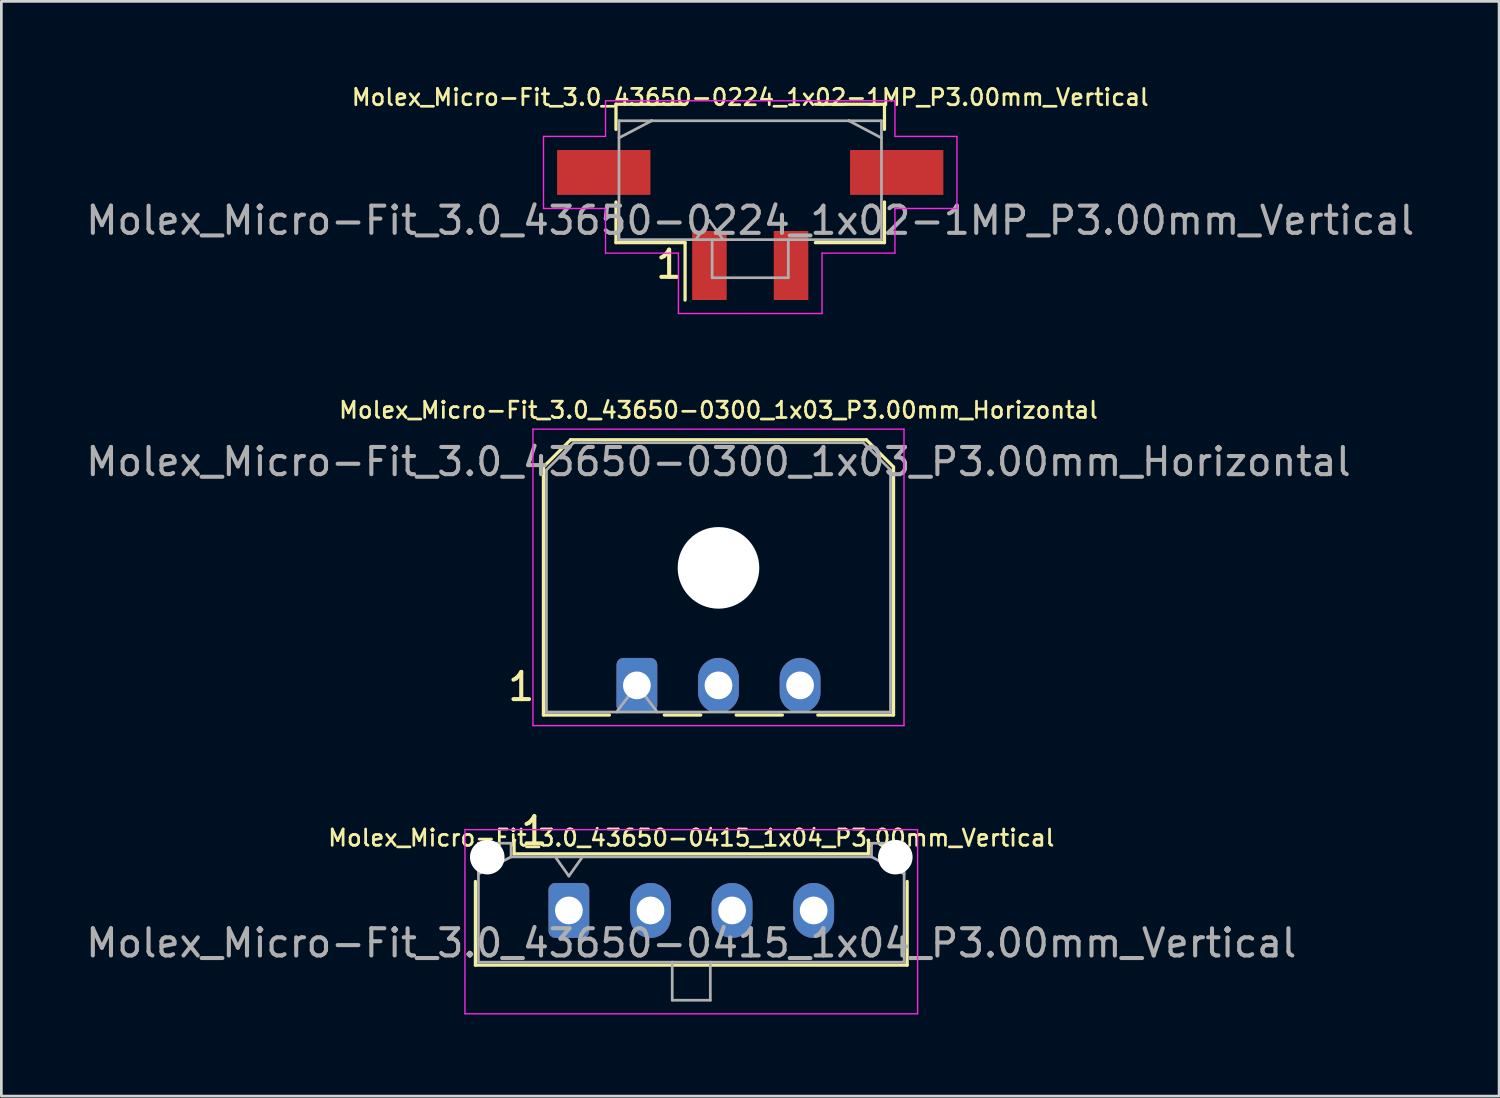
<source format=kicad_pcb>
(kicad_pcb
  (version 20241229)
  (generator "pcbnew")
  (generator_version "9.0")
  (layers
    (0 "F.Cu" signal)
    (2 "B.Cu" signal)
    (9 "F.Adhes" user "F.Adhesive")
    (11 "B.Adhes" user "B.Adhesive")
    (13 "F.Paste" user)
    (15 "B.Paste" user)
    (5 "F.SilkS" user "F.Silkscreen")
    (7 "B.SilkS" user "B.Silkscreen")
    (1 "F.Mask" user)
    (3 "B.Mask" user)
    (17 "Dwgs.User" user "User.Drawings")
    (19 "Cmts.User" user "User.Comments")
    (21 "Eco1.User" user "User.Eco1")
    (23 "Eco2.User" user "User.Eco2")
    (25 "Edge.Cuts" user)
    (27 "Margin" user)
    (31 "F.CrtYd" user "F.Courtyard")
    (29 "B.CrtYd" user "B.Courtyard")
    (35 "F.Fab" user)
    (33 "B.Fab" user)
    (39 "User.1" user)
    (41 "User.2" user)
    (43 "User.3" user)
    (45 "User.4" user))
  (footprint "Molex_Micro-Fit_3.0_43650-0224_1x02-1MP_P3.00mm_Vertical"
    (layer "F.Cu")
    (at 24.53 3.575)
    (property "Reference" "Molex_Micro-Fit_3.0_43650-0224_1x02-1MP_P3.00mm_Vertical" (at 0 -3.048 0) (layer "F.SilkS") (effects (font (size 0.6 0.6) (thickness 0.1) (bold yes))))
    (attr smd)
    (fp_line (start -4.935 -2.794) (end -3.515 -2.794) (stroke (width 0.12) (type solid)) (layer "F.SilkS"))
    (fp_line (start -4.935 -1.869) (end -4.935 -2.794) (stroke (width 0.12) (type solid)) (layer "F.SilkS"))
    (fp_line (start -4.935 0.8) (end -4.935 2.295) (stroke (width 0.12) (type solid)) (layer "F.SilkS"))
    (fp_line (start -4.935 2.295) (end -2.395 2.295) (stroke (width 0.12) (type solid)) (layer "F.SilkS"))
    (fp_line (start -3.515 -2.794) (end -2.395 -2.794) (stroke (width 0.12) (type solid)) (layer "F.SilkS"))
    (fp_line (start -2.395 2.295) (end -2.395 4.405) (stroke (width 0.12) (type solid)) (layer "F.SilkS"))
    (fp_line (start 3.515 -2.794) (end 2.395 -2.794) (stroke (width 0.12) (type solid)) (layer "F.SilkS"))
    (fp_line (start 4.935 -2.794) (end 3.515 -2.794) (stroke (width 0.12) (type solid)) (layer "F.SilkS"))
    (fp_line (start 4.935 -1.869) (end 4.935 -2.794) (stroke (width 0.12) (type solid)) (layer "F.SilkS"))
    (fp_line (start 4.935 0.8) (end 4.935 2.295) (stroke (width 0.12) (type solid)) (layer "F.SilkS"))
    (fp_line (start 4.935 2.295) (end 2.395 2.295) (stroke (width 0.12) (type solid)) (layer "F.SilkS"))
    (fp_line (start -7.6 -1.61) (end -7.6 1.04) (stroke (width 0.05) (type solid)) (layer "F.CrtYd"))
    (fp_line (start -7.6 1.04) (end -5.32 1.04) (stroke (width 0.05) (type solid)) (layer "F.CrtYd"))
    (fp_line (start -5.32 -2.921) (end -5.32 -1.61) (stroke (width 0.05) (type solid)) (layer "F.CrtYd"))
    (fp_line (start -5.32 -1.61) (end -7.6 -1.61) (stroke (width 0.05) (type solid)) (layer "F.CrtYd"))
    (fp_line (start -5.32 1.04) (end -5.32 2.68) (stroke (width 0.05) (type solid)) (layer "F.CrtYd"))
    (fp_line (start -5.32 2.68) (end -2.64 2.68) (stroke (width 0.05) (type solid)) (layer "F.CrtYd"))
    (fp_line (start -2.64 -2.921) (end -5.32 -2.921) (stroke (width 0.05) (type solid)) (layer "F.CrtYd"))
    (fp_line (start -2.64 2.68) (end -2.64 4.9) (stroke (width 0.05) (type solid)) (layer "F.CrtYd"))
    (fp_line (start -2.64 4.9) (end 0 4.9) (stroke (width 0.05) (type solid)) (layer "F.CrtYd"))
    (fp_line (start 0 -2.921) (end -2.64 -2.921) (stroke (width 0.05) (type solid)) (layer "F.CrtYd"))
    (fp_line (start 0 -2.921) (end 2.64 -2.921) (stroke (width 0.05) (type solid)) (layer "F.CrtYd"))
    (fp_line (start 2.64 -2.921) (end 5.32 -2.921) (stroke (width 0.05) (type solid)) (layer "F.CrtYd"))
    (fp_line (start 2.64 2.68) (end 2.64 4.9) (stroke (width 0.05) (type solid)) (layer "F.CrtYd"))
    (fp_line (start 2.64 4.9) (end 0 4.9) (stroke (width 0.05) (type solid)) (layer "F.CrtYd"))
    (fp_line (start 5.32 -2.921) (end 5.32 -1.61) (stroke (width 0.05) (type solid)) (layer "F.CrtYd"))
    (fp_line (start 5.32 -1.61) (end 7.6 -1.61) (stroke (width 0.05) (type solid)) (layer "F.CrtYd"))
    (fp_line (start 5.32 1.04) (end 5.32 2.68) (stroke (width 0.05) (type solid)) (layer "F.CrtYd"))
    (fp_line (start 5.32 2.68) (end 2.64 2.68) (stroke (width 0.05) (type solid)) (layer "F.CrtYd"))
    (fp_line (start 7.6 -1.61) (end 7.6 1.04) (stroke (width 0.05) (type solid)) (layer "F.CrtYd"))
    (fp_line (start 7.6 1.04) (end 5.32 1.04) (stroke (width 0.05) (type solid)) (layer "F.CrtYd"))
    (fp_line (start -4.825 -2.185) (end -4.825 2.185) (stroke (width 0.1) (type solid)) (layer "F.Fab"))
    (fp_line (start -4.825 -1.555) (end -3.625 -2.185) (stroke (width 0.1) (type solid)) (layer "F.Fab"))
    (fp_line (start -4.825 2.185) (end 4.825 2.185) (stroke (width 0.1) (type solid)) (layer "F.Fab"))
    (fp_line (start -3.625 -2.185) (end -4.825 -2.185) (stroke (width 0.1) (type solid)) (layer "F.Fab"))
    (fp_line (start -3.625 -2.185) (end -3.625 -2.185) (stroke (width 0.1) (type solid)) (layer "F.Fab"))
    (fp_line (start -2 2.185) (end -1.5 1.478) (stroke (width 0.1) (type solid)) (layer "F.Fab"))
    (fp_line (start -1.5 1.478) (end -1 2.185) (stroke (width 0.1) (type solid)) (layer "F.Fab"))
    (fp_line (start -1.4 2.185) (end -1.4 3.585) (stroke (width 0.1) (type solid)) (layer "F.Fab"))
    (fp_line (start -1.4 3.585) (end 1.4 3.585) (stroke (width 0.1) (type solid)) (layer "F.Fab"))
    (fp_line (start 1.4 3.585) (end 1.4 2.185) (stroke (width 0.1) (type solid)) (layer "F.Fab"))
    (fp_line (start 3.625 -2.185) (end -3.625 -2.185) (stroke (width 0.1) (type solid)) (layer "F.Fab"))
    (fp_line (start 3.625 -2.185) (end 3.625 -2.185) (stroke (width 0.1) (type solid)) (layer "F.Fab"))
    (fp_line (start 4.825 -2.185) (end 3.625 -2.185) (stroke (width 0.1) (type solid)) (layer "F.Fab"))
    (fp_line (start 4.825 -1.555) (end 3.625 -2.185) (stroke (width 0.1) (type solid)) (layer "F.Fab"))
    (fp_line (start 4.825 2.185) (end 4.825 -2.185) (stroke (width 0.1) (type solid)) (layer "F.Fab"))
    (fp_text user "1" (at -3.556 3.683 0) (unlocked yes) (layer "F.SilkS") (effects (font (size 1 1) (thickness 0.15)) (justify left bottom)))
    (fp_text user "${REFERENCE}" (at 0 1.48 0) (layer "F.Fab") (effects (font (size 1 1) (thickness 0.15))))
    (pad "1" smd rect (at -1.5 3.135) (size 1.27 2.54) (layers "F.Cu" "F.Mask" "F.Paste"))
    (pad "2" smd rect (at 1.5 3.135) (size 1.27 2.54) (layers "F.Cu" "F.Mask" "F.Paste"))
    (pad "MP" smd rect (at -5.385 -0.285) (size 3.43 1.65) (layers "F.Cu" "F.Mask" "F.Paste"))
    (pad "MP" smd rect (at 5.385 -0.285) (size 3.43 1.65) (layers "F.Cu" "F.Mask" "F.Paste")))
  (footprint "Molex_Micro-Fit_3.0_43650-0300_1x03_P3.00mm_Horizontal"
    (layer "F.Cu")
    (at 20.363 22.146)
    (property "Reference" "Molex_Micro-Fit_3.0_43650-0300_1x03_P3.00mm_Horizontal" (at 3 -10.12 0) (layer "F.SilkS") (effects (font (size 0.6 0.6) (thickness 0.1) (bold yes))))
    (attr through_hole)
    (fp_line (start -3.435 -8.03) (end -2.435 -9.03) (stroke (width 0.12) (type solid)) (layer "F.SilkS"))
    (fp_line (start -3.435 1.09) (end -3.435 -8.03) (stroke (width 0.12) (type solid)) (layer "F.SilkS"))
    (fp_line (start -3.435 1.09) (end -1.01 1.09) (stroke (width 0.12) (type solid)) (layer "F.SilkS"))
    (fp_line (start -2.435 -9.03) (end 8.435 -9.03) (stroke (width 0.12) (type solid)) (layer "F.SilkS"))
    (fp_line (start 1.01 1.09) (end 2.348 1.09) (stroke (width 0.12) (type solid)) (layer "F.SilkS"))
    (fp_line (start 3.652 1.09) (end 5.348 1.09) (stroke (width 0.12) (type solid)) (layer "F.SilkS"))
    (fp_line (start 8.435 -9.03) (end 9.435 -8.03) (stroke (width 0.12) (type solid)) (layer "F.SilkS"))
    (fp_line (start 9.435 -8.03) (end 9.435 1.09) (stroke (width 0.12) (type solid)) (layer "F.SilkS"))
    (fp_line (start 9.435 1.09) (end 6.652 1.09) (stroke (width 0.12) (type solid)) (layer "F.SilkS"))
    (fp_line (start -3.82 -9.42) (end 9.82 -9.42) (stroke (width 0.05) (type solid)) (layer "F.CrtYd"))
    (fp_line (start -3.82 1.48) (end -3.82 -9.42) (stroke (width 0.05) (type solid)) (layer "F.CrtYd"))
    (fp_line (start 9.82 -9.42) (end 9.82 1.48) (stroke (width 0.05) (type solid)) (layer "F.CrtYd"))
    (fp_line (start 9.82 1.48) (end -3.82 1.48) (stroke (width 0.05) (type solid)) (layer "F.CrtYd"))
    (fp_line (start -3.325 -7.92) (end -2.325 -8.92) (stroke (width 0.1) (type solid)) (layer "F.Fab"))
    (fp_line (start -3.325 0.98) (end -3.325 -7.92) (stroke (width 0.1) (type solid)) (layer "F.Fab"))
    (fp_line (start -2.325 -8.92) (end 8.325 -8.92) (stroke (width 0.1) (type solid)) (layer "F.Fab"))
    (fp_line (start -0.75 0.98) (end 0 0) (stroke (width 0.1) (type solid)) (layer "F.Fab"))
    (fp_line (start 0 0) (end 0.75 0.98) (stroke (width 0.1) (type solid)) (layer "F.Fab"))
    (fp_line (start 8.325 -8.92) (end 9.325 -7.92) (stroke (width 0.1) (type solid)) (layer "F.Fab"))
    (fp_line (start 9.325 -7.92) (end 9.325 0.98) (stroke (width 0.1) (type solid)) (layer "F.Fab"))
    (fp_line (start 9.325 0.98) (end -3.325 0.98) (stroke (width 0.1) (type solid)) (layer "F.Fab"))
    (fp_text user "1" (at -4.826 0.635 0) (unlocked yes) (layer "F.SilkS") (effects (font (size 1 1) (thickness 0.15)) (justify left bottom)))
    (fp_text user "${REFERENCE}" (at 3 -8.22 0) (layer "F.Fab") (effects (font (size 1 1) (thickness 0.15))))
    (pad "" np_thru_hole circle (at 3 -4.32) (size 3 3) (drill 3) (layers "*.Cu" "*.Mask"))
    (pad "1" thru_hole roundrect (at 0 0) (size 1.5 2.02) (drill 1.02) (layers "*.Cu" "*.Mask") (roundrect_rratio 0.167))
    (pad "2" thru_hole oval (at 3 0) (size 1.5 2.02) (drill 1.02) (layers "*.Cu" "*.Mask"))
    (pad "3" thru_hole oval (at 6 0) (size 1.5 2.02) (drill 1.02) (layers "*.Cu" "*.Mask")))
  (footprint "Molex_Micro-Fit_3.0_43650-0415_1x04_P3.00mm_Vertical"
    (layer "F.Cu")
    (at 17.863 30.42)
    (property "Reference" "Molex_Micro-Fit_3.0_43650-0415_1x04_P3.00mm_Vertical" (at 4.5 -2.667 0) (layer "F.SilkS") (effects (font (size 0.6 0.6) (thickness 0.1))))
    (attr through_hole)
    (fp_line (start -3.435 -1.065) (end -3.435 2.01) (stroke (width 0.12) (type solid)) (layer "F.SilkS"))
    (fp_line (start -3.435 2.01) (end 12.435 2.01) (stroke (width 0.12) (type solid)) (layer "F.SilkS"))
    (fp_line (start -2.015 -2.58) (end -2.015 -2.08) (stroke (width 0.12) (type solid)) (layer "F.SilkS"))
    (fp_line (start -2.015 -2.08) (end 11.015 -2.08) (stroke (width 0.12) (type solid)) (layer "F.SilkS"))
    (fp_line (start -1.995 -2.58) (end -2.015 -2.58) (stroke (width 0.12) (type solid)) (layer "F.SilkS"))
    (fp_line (start 11.015 -2.58) (end 10.995 -2.58) (stroke (width 0.12) (type solid)) (layer "F.SilkS"))
    (fp_line (start 11.015 -2.08) (end 11.015 -2.58) (stroke (width 0.12) (type solid)) (layer "F.SilkS"))
    (fp_line (start 12.435 2.01) (end 12.435 -1.065) (stroke (width 0.12) (type solid)) (layer "F.SilkS"))
    (fp_line (start -3.82 -2.97) (end 12.82 -2.97) (stroke (width 0.05) (type solid)) (layer "F.CrtYd"))
    (fp_line (start -3.82 3.8) (end -3.82 -2.97) (stroke (width 0.05) (type solid)) (layer "F.CrtYd"))
    (fp_line (start 12.82 -2.97) (end 12.82 3.8) (stroke (width 0.05) (type solid)) (layer "F.CrtYd"))
    (fp_line (start 12.82 3.8) (end -3.82 3.8) (stroke (width 0.05) (type solid)) (layer "F.CrtYd"))
    (fp_line (start -3.325 -2.47) (end -3.325 1.9) (stroke (width 0.1) (type solid)) (layer "F.Fab"))
    (fp_line (start -3.325 -1.34) (end -2.125 -1.97) (stroke (width 0.1) (type solid)) (layer "F.Fab"))
    (fp_line (start -3.325 1.9) (end 12.325 1.9) (stroke (width 0.1) (type solid)) (layer "F.Fab"))
    (fp_line (start -2.125 -2.47) (end -3.325 -2.47) (stroke (width 0.1) (type solid)) (layer "F.Fab"))
    (fp_line (start -2.125 -1.97) (end -2.125 -2.47) (stroke (width 0.1) (type solid)) (layer "F.Fab"))
    (fp_line (start -0.5 -1.97) (end 0 -1.263) (stroke (width 0.1) (type solid)) (layer "F.Fab"))
    (fp_line (start 0 -1.263) (end 0.5 -1.97) (stroke (width 0.1) (type solid)) (layer "F.Fab"))
    (fp_line (start 3.8 1.9) (end 3.8 3.3) (stroke (width 0.1) (type solid)) (layer "F.Fab"))
    (fp_line (start 3.8 3.3) (end 5.2 3.3) (stroke (width 0.1) (type solid)) (layer "F.Fab"))
    (fp_line (start 5.2 3.3) (end 5.2 1.9) (stroke (width 0.1) (type solid)) (layer "F.Fab"))
    (fp_line (start 11.125 -2.47) (end 11.125 -1.97) (stroke (width 0.1) (type solid)) (layer "F.Fab"))
    (fp_line (start 11.125 -1.97) (end -2.125 -1.97) (stroke (width 0.1) (type solid)) (layer "F.Fab"))
    (fp_line (start 12.325 -2.47) (end 11.125 -2.47) (stroke (width 0.1) (type solid)) (layer "F.Fab"))
    (fp_line (start 12.325 -1.34) (end 11.125 -1.97) (stroke (width 0.1) (type solid)) (layer "F.Fab"))
    (fp_line (start 12.325 1.9) (end 12.325 -2.47) (stroke (width 0.1) (type solid)) (layer "F.Fab"))
    (fp_text user "1" (at -1.27 -2.921 0) (unlocked yes) (layer "F.SilkS") (effects (font (size 1 1) (thickness 0.15))))
    (fp_text user "${REFERENCE}" (at 4.5 1.2 0) (layer "F.Fab") (effects (font (size 1 1) (thickness 0.15))))
    (pad "" np_thru_hole circle (at -3 -1.96) (size 1.27 1.27) (drill 1.27) (layers "*.Cu" "*.Mask"))
    (pad "" np_thru_hole circle (at 12 -1.96) (size 1.27 1.27) (drill 1.27) (layers "*.Cu" "*.Mask"))
    (pad "1" thru_hole roundrect (at 0 0) (size 1.5 2.02) (drill 1.02) (layers "*.Cu" "*.Mask") (roundrect_rratio 0.167))
    (pad "2" thru_hole oval (at 3 0) (size 1.5 2.02) (drill 1.02) (layers "*.Cu" "*.Mask"))
    (pad "3" thru_hole oval (at 6 0) (size 1.5 2.02) (drill 1.02) (layers "*.Cu" "*.Mask"))
    (pad "4" thru_hole oval (at 9 0) (size 1.5 2.02) (drill 1.02) (layers "*.Cu" "*.Mask")))
  (gr_rect
    (start -3 -3)
    (end 52.06 37.245)
    (stroke (width 0.1) (type default))
    (fill no)
    (layer "Edge.Cuts")))
</source>
